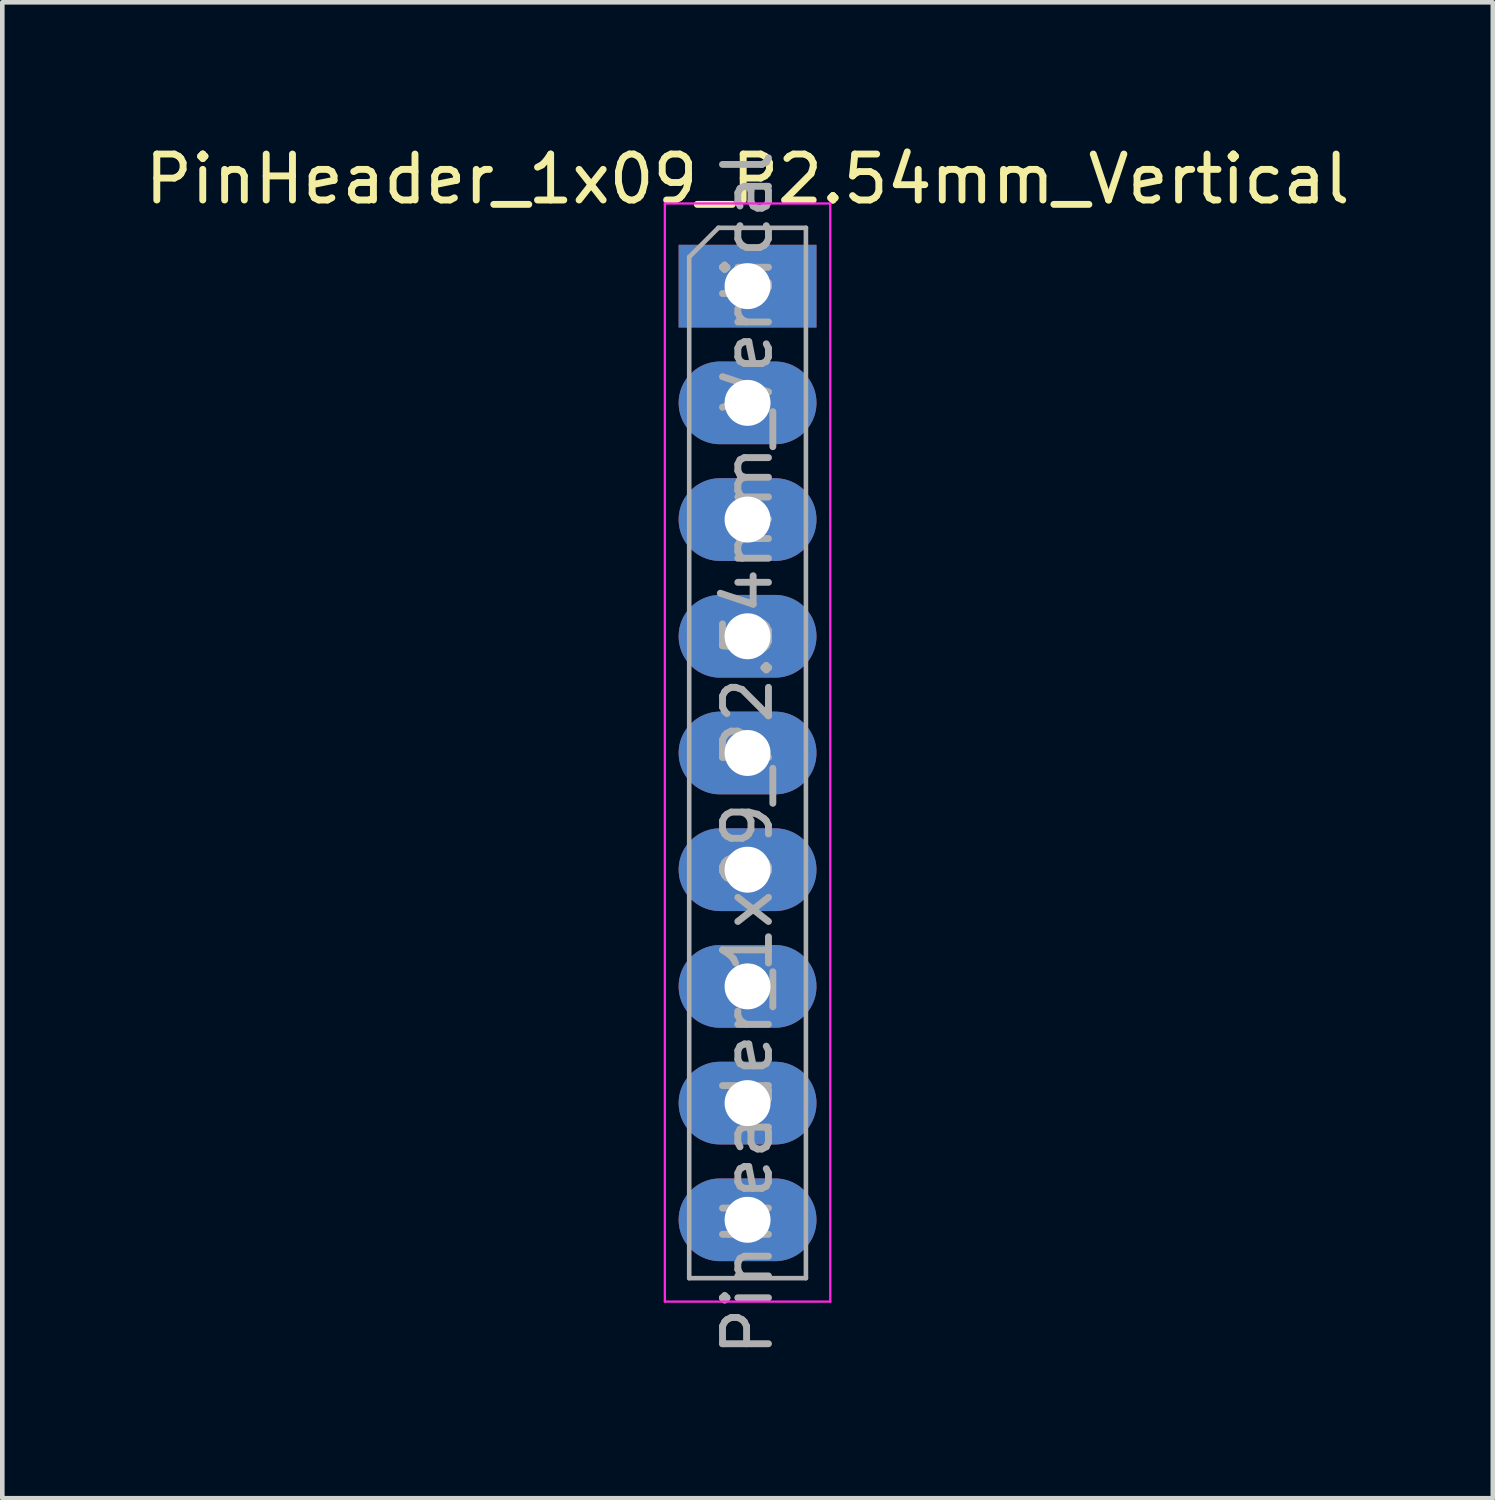
<source format=kicad_pcb>
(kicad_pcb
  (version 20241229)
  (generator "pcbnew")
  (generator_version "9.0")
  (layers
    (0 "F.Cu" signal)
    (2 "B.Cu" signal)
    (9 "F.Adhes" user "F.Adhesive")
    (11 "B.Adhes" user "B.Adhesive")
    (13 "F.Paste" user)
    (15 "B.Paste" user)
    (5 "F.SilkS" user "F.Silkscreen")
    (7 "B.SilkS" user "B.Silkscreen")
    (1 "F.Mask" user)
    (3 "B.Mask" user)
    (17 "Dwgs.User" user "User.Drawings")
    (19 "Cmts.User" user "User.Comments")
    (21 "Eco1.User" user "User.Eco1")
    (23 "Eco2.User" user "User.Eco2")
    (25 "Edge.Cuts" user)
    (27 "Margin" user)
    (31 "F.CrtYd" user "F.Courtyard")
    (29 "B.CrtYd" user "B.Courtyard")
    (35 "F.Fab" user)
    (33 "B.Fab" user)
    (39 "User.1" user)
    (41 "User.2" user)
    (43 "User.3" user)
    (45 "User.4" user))
  (footprint "PinHeader_1x09_P2.54mm_Vertical"
    (layer "F.Cu")
    (at 13.22 3.178)
    (property "Reference" "PinHeader_1x09_P2.54mm_Vertical" (at 0 -2.33 0) (layer "F.SilkS") (effects (font (size 1 1) (thickness 0.15))))
    (attr through_hole)
    (fp_line (start -1.8 -1.8) (end -1.8 22.1) (stroke (width 0.05) (type solid)) (layer "F.CrtYd"))
    (fp_line (start -1.8 22.1) (end 1.8 22.1) (stroke (width 0.05) (type solid)) (layer "F.CrtYd"))
    (fp_line (start 1.8 -1.8) (end -1.8 -1.8) (stroke (width 0.05) (type solid)) (layer "F.CrtYd"))
    (fp_line (start 1.8 22.1) (end 1.8 -1.8) (stroke (width 0.05) (type solid)) (layer "F.CrtYd"))
    (fp_line (start -1.27 -0.635) (end -0.635 -1.27) (stroke (width 0.1) (type solid)) (layer "F.Fab"))
    (fp_line (start -1.27 21.59) (end -1.27 -0.635) (stroke (width 0.1) (type solid)) (layer "F.Fab"))
    (fp_line (start -0.635 -1.27) (end 1.27 -1.27) (stroke (width 0.1) (type solid)) (layer "F.Fab"))
    (fp_line (start 1.27 -1.27) (end 1.27 21.59) (stroke (width 0.1) (type solid)) (layer "F.Fab"))
    (fp_line (start 1.27 21.59) (end -1.27 21.59) (stroke (width 0.1) (type solid)) (layer "F.Fab"))
    (fp_text user "${REFERENCE}" (at 0 10.16 270) (layer "F.Fab") (effects (font (size 1 1) (thickness 0.15))))
    (pad "1" thru_hole rect (at 0 0) (size 3 1.8) (drill 1) (layers "*.Cu" "*.Mask"))
    (pad "2" thru_hole oval (at 0 2.54) (size 3 1.8) (drill 1) (layers "*.Cu" "*.Mask"))
    (pad "3" thru_hole oval (at 0 5.08) (size 3 1.8) (drill 1) (layers "*.Cu" "*.Mask"))
    (pad "4" thru_hole oval (at 0 7.62) (size 3 1.8) (drill 1) (layers "*.Cu" "*.Mask"))
    (pad "5" thru_hole oval (at 0 10.16) (size 3 1.8) (drill 1) (layers "*.Cu" "*.Mask"))
    (pad "6" thru_hole oval (at 0 12.7) (size 3 1.8) (drill 1) (layers "*.Cu" "*.Mask"))
    (pad "7" thru_hole oval (at 0 15.24) (size 3 1.8) (drill 1) (layers "*.Cu" "*.Mask"))
    (pad "8" thru_hole oval (at 0 17.78) (size 3 1.8) (drill 1) (layers "*.Cu" "*.Mask"))
    (pad "9" thru_hole oval (at 0 20.32) (size 3 1.8) (drill 1) (layers "*.Cu" "*.Mask")))
  (gr_rect
    (start -3 -3)
    (end 29.44 29.558)
    (stroke (width 0.1) (type default))
    (fill no)
    (layer "Edge.Cuts")))
</source>
